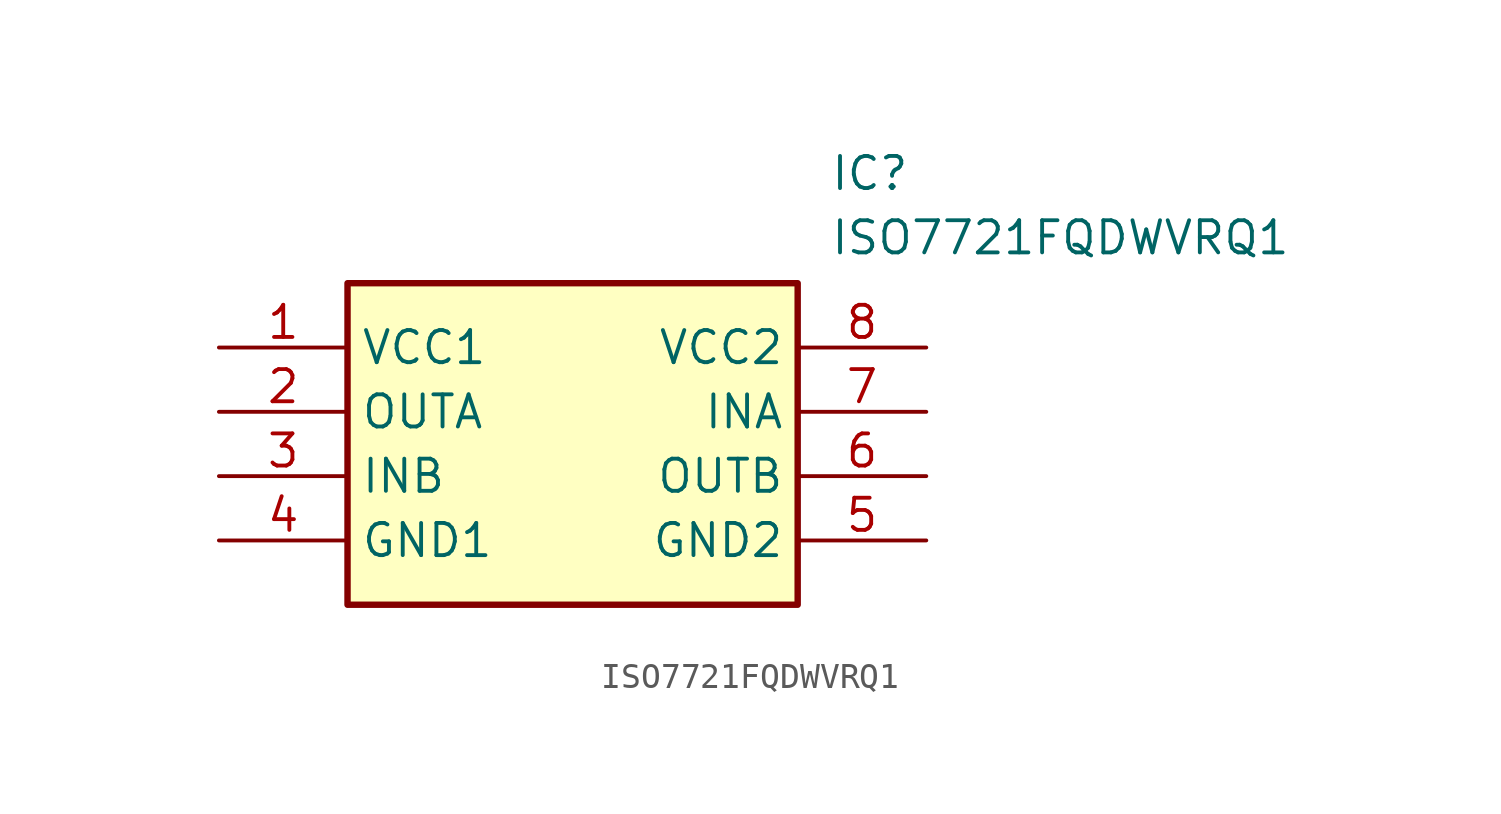
<source format=kicad_sym>
(kicad_symbol_lib
  (version 20241209)
  (generator "kicad_symbol_editor")
  (generator_version "9.0")
  (symbol "ISO7721FQDWVRQ1"
    (property "Reference" "IC"
      (at 24.13 7.62 0)
      (effects (font (size 1.27 1.27)) (justify left top)))
    (property "Value" "ISO7721FQDWVRQ1"
      (at 24.13 5.08 0)
      (effects (font (size 1.27 1.27)) (justify left top)))
    (symbol "ISO7721FQDWVRQ1_1_1"
      (rectangle (start 5.08 2.54) (end 22.86 -10.16) (stroke (width 0.254) (type default)) (fill (type background)))
      (pin passive line (at 0 0 0) (length 5.08) (name "VCC1" (effects (font (size 1.27 1.27)))) (number "1" (effects (font (size 1.27 1.27)))))
      (pin passive line (at 0 -2.54 0) (length 5.08) (name "OUTA" (effects (font (size 1.27 1.27)))) (number "2" (effects (font (size 1.27 1.27)))))
      (pin passive line (at 0 -5.08 0) (length 5.08) (name "INB" (effects (font (size 1.27 1.27)))) (number "3" (effects (font (size 1.27 1.27)))))
      (pin passive line (at 0 -7.62 0) (length 5.08) (name "GND1" (effects (font (size 1.27 1.27)))) (number "4" (effects (font (size 1.27 1.27)))))
      (pin passive line (at 27.94 0 180) (length 5.08) (name "VCC2" (effects (font (size 1.27 1.27)))) (number "8" (effects (font (size 1.27 1.27)))))
      (pin passive line (at 27.94 -2.54 180) (length 5.08) (name "INA" (effects (font (size 1.27 1.27)))) (number "7" (effects (font (size 1.27 1.27)))))
      (pin passive line (at 27.94 -5.08 180) (length 5.08) (name "OUTB" (effects (font (size 1.27 1.27)))) (number "6" (effects (font (size 1.27 1.27)))))
      (pin passive line (at 27.94 -7.62 180) (length 5.08) (name "GND2" (effects (font (size 1.27 1.27)))) (number "5" (effects (font (size 1.27 1.27))))))))
</source>
